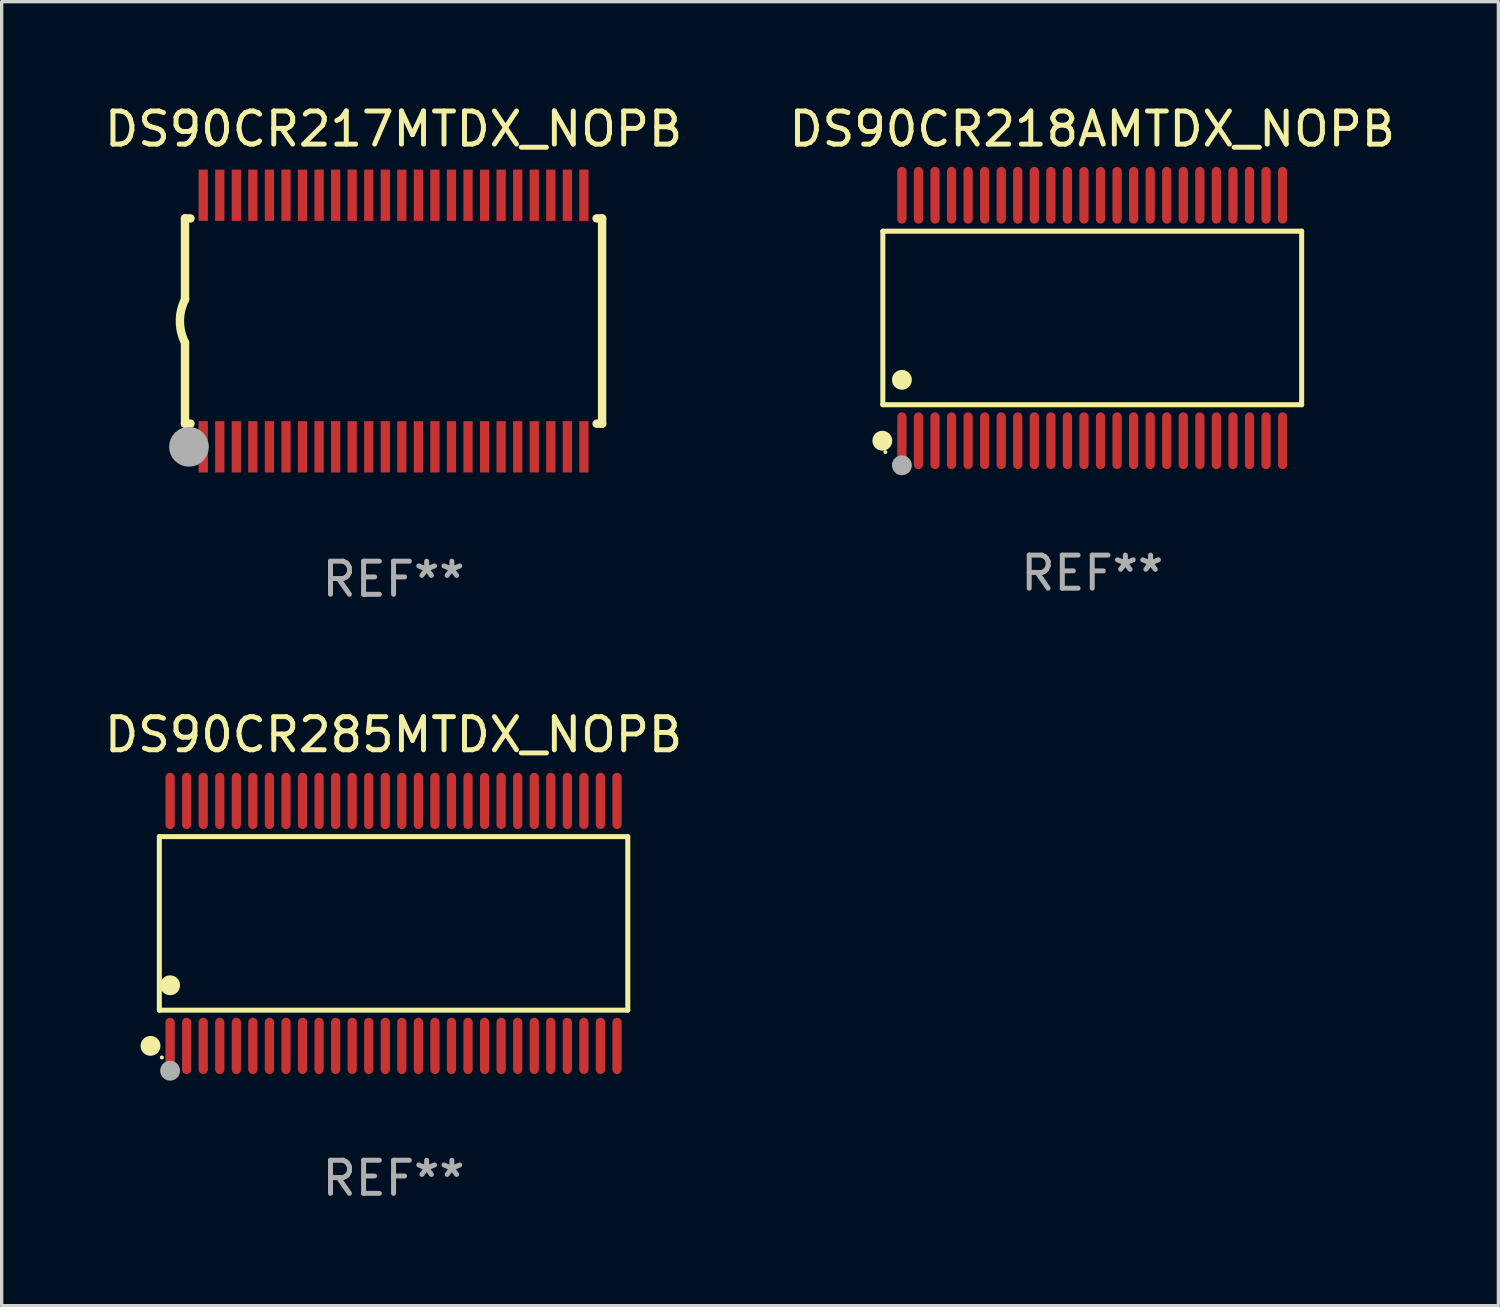
<source format=kicad_pcb>
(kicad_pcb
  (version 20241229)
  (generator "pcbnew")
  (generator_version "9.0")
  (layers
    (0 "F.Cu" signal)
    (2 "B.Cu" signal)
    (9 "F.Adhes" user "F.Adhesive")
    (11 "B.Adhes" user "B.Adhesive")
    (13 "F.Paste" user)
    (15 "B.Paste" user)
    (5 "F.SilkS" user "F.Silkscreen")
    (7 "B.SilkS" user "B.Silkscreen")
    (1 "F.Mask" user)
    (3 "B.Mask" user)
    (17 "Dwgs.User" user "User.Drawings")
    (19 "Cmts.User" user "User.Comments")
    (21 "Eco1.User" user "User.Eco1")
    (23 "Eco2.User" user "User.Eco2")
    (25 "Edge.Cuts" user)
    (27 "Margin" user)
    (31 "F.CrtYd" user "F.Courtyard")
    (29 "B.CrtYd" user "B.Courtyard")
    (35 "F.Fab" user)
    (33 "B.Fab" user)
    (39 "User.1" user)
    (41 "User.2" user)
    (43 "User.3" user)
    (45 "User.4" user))
  (footprint "DS90CR218AMTDX_NOPB"
    (layer "F.Cu")
    (at 29.946 6.556)
    (property "Reference" "DS90CR218AMTDX_NOPB" (at 0 -5.708 0) (layer "F.SilkS") (effects (font (size 1 1) (thickness 0.15))))
    (attr through_hole)
    (fp_line (start -6.326 -2.622) (end 6.326 -2.622) (stroke (width 0.152) (type solid)) (layer "F.SilkS"))
    (fp_line (start -6.326 2.621) (end -6.326 -2.622) (stroke (width 0.152) (type solid)) (layer "F.SilkS"))
    (fp_line (start 6.326 -2.622) (end 6.326 2.621) (stroke (width 0.152) (type solid)) (layer "F.SilkS"))
    (fp_line (start 6.326 2.621) (end -6.326 2.621) (stroke (width 0.152) (type solid)) (layer "F.SilkS"))
    (fp_circle (center -6.342 3.708) (end -6.192 3.708) (stroke (width 0.3) (type solid)) (fill no) (layer "F.SilkS"))
    (fp_circle (center -6.25 4.05) (end -6.22 4.05) (stroke (width 0.06) (type solid)) (fill no) (layer "F.SilkS"))
    (fp_circle (center -5.75 1.869) (end -5.6 1.869) (stroke (width 0.3) (type solid)) (fill no) (layer "F.SilkS"))
    (fp_circle (center -5.75 4.45) (end -5.6 4.45) (stroke (width 0.3) (type solid)) (fill no) (layer "F.Fab"))
    (fp_text user "REF**" (at 0 7.708 0) (layer "F.Fab") (effects (font (size 1 1) (thickness 0.15))))
    (pad "1" smd oval (at -5.75 3.708) (size 0.28 1.715) (layers "F.Cu" "F.Mask" "F.Paste"))
    (pad "2" smd oval (at -5.25 3.708) (size 0.28 1.715) (layers "F.Cu" "F.Mask" "F.Paste"))
    (pad "3" smd oval (at -4.75 3.708) (size 0.28 1.715) (layers "F.Cu" "F.Mask" "F.Paste"))
    (pad "4" smd oval (at -4.25 3.708) (size 0.28 1.715) (layers "F.Cu" "F.Mask" "F.Paste"))
    (pad "5" smd oval (at -3.75 3.708) (size 0.28 1.715) (layers "F.Cu" "F.Mask" "F.Paste"))
    (pad "6" smd oval (at -3.25 3.708) (size 0.28 1.715) (layers "F.Cu" "F.Mask" "F.Paste"))
    (pad "7" smd oval (at -2.75 3.708) (size 0.28 1.715) (layers "F.Cu" "F.Mask" "F.Paste"))
    (pad "8" smd oval (at -2.25 3.708) (size 0.28 1.715) (layers "F.Cu" "F.Mask" "F.Paste"))
    (pad "9" smd oval (at -1.75 3.708) (size 0.28 1.715) (layers "F.Cu" "F.Mask" "F.Paste"))
    (pad "10" smd oval (at -1.25 3.708) (size 0.28 1.715) (layers "F.Cu" "F.Mask" "F.Paste"))
    (pad "11" smd oval (at -0.75 3.708) (size 0.28 1.715) (layers "F.Cu" "F.Mask" "F.Paste"))
    (pad "12" smd oval (at -0.25 3.708) (size 0.28 1.715) (layers "F.Cu" "F.Mask" "F.Paste"))
    (pad "13" smd oval (at 0.25 3.708) (size 0.28 1.715) (layers "F.Cu" "F.Mask" "F.Paste"))
    (pad "14" smd oval (at 0.75 3.708) (size 0.28 1.715) (layers "F.Cu" "F.Mask" "F.Paste"))
    (pad "15" smd oval (at 1.25 3.708) (size 0.28 1.715) (layers "F.Cu" "F.Mask" "F.Paste"))
    (pad "16" smd oval (at 1.75 3.708) (size 0.28 1.715) (layers "F.Cu" "F.Mask" "F.Paste"))
    (pad "17" smd oval (at 2.25 3.708) (size 0.28 1.715) (layers "F.Cu" "F.Mask" "F.Paste"))
    (pad "18" smd oval (at 2.75 3.708) (size 0.28 1.715) (layers "F.Cu" "F.Mask" "F.Paste"))
    (pad "19" smd oval (at 3.25 3.708) (size 0.28 1.715) (layers "F.Cu" "F.Mask" "F.Paste"))
    (pad "20" smd oval (at 3.75 3.708) (size 0.28 1.715) (layers "F.Cu" "F.Mask" "F.Paste"))
    (pad "21" smd oval (at 4.25 3.708) (size 0.28 1.715) (layers "F.Cu" "F.Mask" "F.Paste"))
    (pad "22" smd oval (at 4.75 3.708) (size 0.28 1.715) (layers "F.Cu" "F.Mask" "F.Paste"))
    (pad "23" smd oval (at 5.25 3.708) (size 0.28 1.715) (layers "F.Cu" "F.Mask" "F.Paste"))
    (pad "24" smd oval (at 5.75 3.708) (size 0.28 1.715) (layers "F.Cu" "F.Mask" "F.Paste"))
    (pad "25" smd oval (at 5.75 -3.708) (size 0.28 1.715) (layers "F.Cu" "F.Mask" "F.Paste"))
    (pad "26" smd oval (at 5.25 -3.708) (size 0.28 1.715) (layers "F.Cu" "F.Mask" "F.Paste"))
    (pad "27" smd oval (at 4.75 -3.708) (size 0.28 1.715) (layers "F.Cu" "F.Mask" "F.Paste"))
    (pad "28" smd oval (at 4.25 -3.708) (size 0.28 1.715) (layers "F.Cu" "F.Mask" "F.Paste"))
    (pad "29" smd oval (at 3.75 -3.708) (size 0.28 1.715) (layers "F.Cu" "F.Mask" "F.Paste"))
    (pad "30" smd oval (at 3.25 -3.708) (size 0.28 1.715) (layers "F.Cu" "F.Mask" "F.Paste"))
    (pad "31" smd oval (at 2.75 -3.708) (size 0.28 1.715) (layers "F.Cu" "F.Mask" "F.Paste"))
    (pad "32" smd oval (at 2.25 -3.708) (size 0.28 1.715) (layers "F.Cu" "F.Mask" "F.Paste"))
    (pad "33" smd oval (at 1.75 -3.708) (size 0.28 1.715) (layers "F.Cu" "F.Mask" "F.Paste"))
    (pad "34" smd oval (at 1.25 -3.708) (size 0.28 1.715) (layers "F.Cu" "F.Mask" "F.Paste"))
    (pad "35" smd oval (at 0.75 -3.708) (size 0.28 1.715) (layers "F.Cu" "F.Mask" "F.Paste"))
    (pad "36" smd oval (at 0.25 -3.708) (size 0.28 1.715) (layers "F.Cu" "F.Mask" "F.Paste"))
    (pad "37" smd oval (at -0.25 -3.708) (size 0.28 1.715) (layers "F.Cu" "F.Mask" "F.Paste"))
    (pad "38" smd oval (at -0.75 -3.708) (size 0.28 1.715) (layers "F.Cu" "F.Mask" "F.Paste"))
    (pad "39" smd oval (at -1.25 -3.708) (size 0.28 1.715) (layers "F.Cu" "F.Mask" "F.Paste"))
    (pad "40" smd oval (at -1.75 -3.708) (size 0.28 1.715) (layers "F.Cu" "F.Mask" "F.Paste"))
    (pad "41" smd oval (at -2.25 -3.708) (size 0.28 1.715) (layers "F.Cu" "F.Mask" "F.Paste"))
    (pad "42" smd oval (at -2.75 -3.708) (size 0.28 1.715) (layers "F.Cu" "F.Mask" "F.Paste"))
    (pad "43" smd oval (at -3.25 -3.708) (size 0.28 1.715) (layers "F.Cu" "F.Mask" "F.Paste"))
    (pad "44" smd oval (at -3.75 -3.708) (size 0.28 1.715) (layers "F.Cu" "F.Mask" "F.Paste"))
    (pad "45" smd oval (at -4.25 -3.708) (size 0.28 1.715) (layers "F.Cu" "F.Mask" "F.Paste"))
    (pad "46" smd oval (at -4.75 -3.708) (size 0.28 1.715) (layers "F.Cu" "F.Mask" "F.Paste"))
    (pad "47" smd oval (at -5.25 -3.708) (size 0.28 1.715) (layers "F.Cu" "F.Mask" "F.Paste"))
    (pad "48" smd oval (at -5.75 -3.708) (size 0.28 1.715) (layers "F.Cu" "F.Mask" "F.Paste")))
  (footprint "DS90CR217MTDX_NOPB"
    (layer "F.Cu")
    (at 8.839 6.648)
    (property "Reference" "DS90CR217MTDX_NOPB" (at 0 -5.8 0) (layer "F.SilkS") (effects (font (size 1 1) (thickness 0.15))))
    (attr through_hole)
    (fp_line (start -6.3 -3.1) (end -6.3 -0.65) (stroke (width 0.254) (type solid)) (layer "F.SilkS"))
    (fp_line (start -6.3 -3.1) (end -6.134 -3.1) (stroke (width 0.254) (type solid)) (layer "F.SilkS"))
    (fp_line (start -6.3 3.1) (end -6.3 0.65) (stroke (width 0.254) (type solid)) (layer "F.SilkS"))
    (fp_line (start -6.3 3.1) (end -6.134 3.1) (stroke (width 0.254) (type solid)) (layer "F.SilkS"))
    (fp_line (start 6.134 -3.1) (end 6.3 -3.1) (stroke (width 0.254) (type solid)) (layer "F.SilkS"))
    (fp_line (start 6.134 3.1) (end 6.3 3.1) (stroke (width 0.254) (type solid)) (layer "F.SilkS"))
    (fp_line (start 6.3 -3.1) (end 6.3 3.1) (stroke (width 0.254) (type solid)) (layer "F.SilkS"))
    (fp_arc (start -6.301016 0.650114) (mid -6.45413 -0.000082) (end -6.3 -0.650038) (stroke (width 0.254001) (type solid)) (layer "F.SilkS"))
    (fp_circle (center -6.35 3.81) (end -6.223 3.81) (stroke (width 0.254) (type solid)) (fill no) (layer "F.SilkS"))
    (fp_circle (center -6.25 4.05) (end -6.22 4.05) (stroke (width 0.06) (type solid)) (fill no) (layer "F.SilkS"))
    (fp_circle (center -6.18 3.8) (end -5.88 3.8) (stroke (width 0.6) (type solid)) (fill no) (layer "F.Fab"))
    (fp_text user "REF**" (at 0 7.8 0) (layer "F.Fab") (effects (font (size 1 1) (thickness 0.15))))
    (pad "1" smd rect (at -5.75 3.8) (size 0.28 1.55) (layers "F.Cu" "F.Mask" "F.Paste"))
    (pad "2" smd rect (at -5.25 3.8) (size 0.28 1.55) (layers "F.Cu" "F.Mask" "F.Paste"))
    (pad "3" smd rect (at -4.75 3.8) (size 0.28 1.55) (layers "F.Cu" "F.Mask" "F.Paste"))
    (pad "4" smd rect (at -4.25 3.8) (size 0.28 1.55) (layers "F.Cu" "F.Mask" "F.Paste"))
    (pad "5" smd rect (at -3.75 3.8) (size 0.28 1.55) (layers "F.Cu" "F.Mask" "F.Paste"))
    (pad "6" smd rect (at -3.25 3.8) (size 0.28 1.55) (layers "F.Cu" "F.Mask" "F.Paste"))
    (pad "7" smd rect (at -2.75 3.8) (size 0.28 1.55) (layers "F.Cu" "F.Mask" "F.Paste"))
    (pad "8" smd rect (at -2.25 3.8) (size 0.28 1.55) (layers "F.Cu" "F.Mask" "F.Paste"))
    (pad "9" smd rect (at -1.75 3.8) (size 0.28 1.55) (layers "F.Cu" "F.Mask" "F.Paste"))
    (pad "10" smd rect (at -1.25 3.8) (size 0.28 1.55) (layers "F.Cu" "F.Mask" "F.Paste"))
    (pad "11" smd rect (at -0.75 3.8) (size 0.28 1.55) (layers "F.Cu" "F.Mask" "F.Paste"))
    (pad "12" smd rect (at -0.25 3.8) (size 0.28 1.55) (layers "F.Cu" "F.Mask" "F.Paste"))
    (pad "13" smd rect (at 0.25 3.8) (size 0.28 1.55) (layers "F.Cu" "F.Mask" "F.Paste"))
    (pad "14" smd rect (at 0.75 3.8) (size 0.28 1.55) (layers "F.Cu" "F.Mask" "F.Paste"))
    (pad "15" smd rect (at 1.25 3.8) (size 0.28 1.55) (layers "F.Cu" "F.Mask" "F.Paste"))
    (pad "16" smd rect (at 1.75 3.8) (size 0.28 1.55) (layers "F.Cu" "F.Mask" "F.Paste"))
    (pad "17" smd rect (at 2.25 3.8) (size 0.28 1.55) (layers "F.Cu" "F.Mask" "F.Paste"))
    (pad "18" smd rect (at 2.75 3.8) (size 0.28 1.55) (layers "F.Cu" "F.Mask" "F.Paste"))
    (pad "19" smd rect (at 3.25 3.8) (size 0.28 1.55) (layers "F.Cu" "F.Mask" "F.Paste"))
    (pad "20" smd rect (at 3.75 3.8) (size 0.28 1.55) (layers "F.Cu" "F.Mask" "F.Paste"))
    (pad "21" smd rect (at 4.25 3.8) (size 0.28 1.55) (layers "F.Cu" "F.Mask" "F.Paste"))
    (pad "22" smd rect (at 4.75 3.8) (size 0.28 1.55) (layers "F.Cu" "F.Mask" "F.Paste"))
    (pad "23" smd rect (at 5.25 3.8) (size 0.28 1.55) (layers "F.Cu" "F.Mask" "F.Paste"))
    (pad "24" smd rect (at 5.75 3.8) (size 0.28 1.55) (layers "F.Cu" "F.Mask" "F.Paste"))
    (pad "25" smd rect (at 5.75 -3.8) (size 0.28 1.55) (layers "F.Cu" "F.Mask" "F.Paste"))
    (pad "26" smd rect (at 5.25 -3.8) (size 0.28 1.55) (layers "F.Cu" "F.Mask" "F.Paste"))
    (pad "27" smd rect (at 4.75 -3.8) (size 0.28 1.55) (layers "F.Cu" "F.Mask" "F.Paste"))
    (pad "28" smd rect (at 4.25 -3.8) (size 0.28 1.55) (layers "F.Cu" "F.Mask" "F.Paste"))
    (pad "29" smd rect (at 3.75 -3.8) (size 0.28 1.55) (layers "F.Cu" "F.Mask" "F.Paste"))
    (pad "30" smd rect (at 3.25 -3.8) (size 0.28 1.55) (layers "F.Cu" "F.Mask" "F.Paste"))
    (pad "31" smd rect (at 2.75 -3.8) (size 0.28 1.55) (layers "F.Cu" "F.Mask" "F.Paste"))
    (pad "32" smd rect (at 2.25 -3.8) (size 0.28 1.55) (layers "F.Cu" "F.Mask" "F.Paste"))
    (pad "33" smd rect (at 1.75 -3.8) (size 0.28 1.55) (layers "F.Cu" "F.Mask" "F.Paste"))
    (pad "34" smd rect (at 1.25 -3.8) (size 0.28 1.55) (layers "F.Cu" "F.Mask" "F.Paste"))
    (pad "35" smd rect (at 0.75 -3.8) (size 0.28 1.55) (layers "F.Cu" "F.Mask" "F.Paste"))
    (pad "36" smd rect (at 0.25 -3.8) (size 0.28 1.55) (layers "F.Cu" "F.Mask" "F.Paste"))
    (pad "37" smd rect (at -0.25 -3.8) (size 0.28 1.55) (layers "F.Cu" "F.Mask" "F.Paste"))
    (pad "38" smd rect (at -0.75 -3.8) (size 0.28 1.55) (layers "F.Cu" "F.Mask" "F.Paste"))
    (pad "39" smd rect (at -1.25 -3.8) (size 0.28 1.55) (layers "F.Cu" "F.Mask" "F.Paste"))
    (pad "40" smd rect (at -1.75 -3.8) (size 0.28 1.55) (layers "F.Cu" "F.Mask" "F.Paste"))
    (pad "41" smd rect (at -2.25 -3.8) (size 0.28 1.55) (layers "F.Cu" "F.Mask" "F.Paste"))
    (pad "42" smd rect (at -2.75 -3.8) (size 0.28 1.55) (layers "F.Cu" "F.Mask" "F.Paste"))
    (pad "43" smd rect (at -3.25 -3.8) (size 0.28 1.55) (layers "F.Cu" "F.Mask" "F.Paste"))
    (pad "44" smd rect (at -3.75 -3.8) (size 0.28 1.55) (layers "F.Cu" "F.Mask" "F.Paste"))
    (pad "45" smd rect (at -4.25 -3.8) (size 0.28 1.55) (layers "F.Cu" "F.Mask" "F.Paste"))
    (pad "46" smd rect (at -4.75 -3.8) (size 0.28 1.55) (layers "F.Cu" "F.Mask" "F.Paste"))
    (pad "47" smd rect (at -5.25 -3.8) (size 0.28 1.55) (layers "F.Cu" "F.Mask" "F.Paste"))
    (pad "48" smd rect (at -5.75 -3.8) (size 0.28 1.55) (layers "F.Cu" "F.Mask" "F.Paste")))
  (footprint "DS90CR285MTDX_NOPB"
    (layer "F.Cu")
    (at 8.839 24.845)
    (property "Reference" "DS90CR285MTDX_NOPB" (at 0 -5.7 0) (layer "F.SilkS") (effects (font (size 1 1) (thickness 0.15))))
    (attr through_hole)
    (fp_line (start -7.076 -2.621) (end 7.076 -2.621) (stroke (width 0.152) (type solid)) (layer "F.SilkS"))
    (fp_line (start -7.076 2.621) (end -7.076 -2.621) (stroke (width 0.152) (type solid)) (layer "F.SilkS"))
    (fp_line (start 7.076 -2.621) (end 7.076 2.621) (stroke (width 0.152) (type solid)) (layer "F.SilkS"))
    (fp_line (start 7.076 2.621) (end -7.076 2.621) (stroke (width 0.152) (type solid)) (layer "F.SilkS"))
    (fp_circle (center -7.342 3.7) (end -7.192 3.7) (stroke (width 0.3) (type solid)) (fill no) (layer "F.SilkS"))
    (fp_circle (center -7 4.05) (end -6.97 4.05) (stroke (width 0.06) (type solid)) (fill no) (layer "F.SilkS"))
    (fp_circle (center -6.75 1.869) (end -6.6 1.869) (stroke (width 0.3) (type solid)) (fill no) (layer "F.SilkS"))
    (fp_circle (center -6.75 4.45) (end -6.6 4.45) (stroke (width 0.3) (type solid)) (fill no) (layer "F.Fab"))
    (fp_text user "REF**" (at 0 7.7 0) (layer "F.Fab") (effects (font (size 1 1) (thickness 0.15))))
    (pad "1" smd oval (at -6.75 3.7) (size 0.28 1.7) (layers "F.Cu" "F.Mask" "F.Paste"))
    (pad "2" smd oval (at -6.25 3.7) (size 0.28 1.7) (layers "F.Cu" "F.Mask" "F.Paste"))
    (pad "3" smd oval (at -5.75 3.7) (size 0.28 1.7) (layers "F.Cu" "F.Mask" "F.Paste"))
    (pad "4" smd oval (at -5.25 3.7) (size 0.28 1.7) (layers "F.Cu" "F.Mask" "F.Paste"))
    (pad "5" smd oval (at -4.75 3.7) (size 0.28 1.7) (layers "F.Cu" "F.Mask" "F.Paste"))
    (pad "6" smd oval (at -4.25 3.7) (size 0.28 1.7) (layers "F.Cu" "F.Mask" "F.Paste"))
    (pad "7" smd oval (at -3.75 3.7) (size 0.28 1.7) (layers "F.Cu" "F.Mask" "F.Paste"))
    (pad "8" smd oval (at -3.25 3.7) (size 0.28 1.7) (layers "F.Cu" "F.Mask" "F.Paste"))
    (pad "9" smd oval (at -2.75 3.7) (size 0.28 1.7) (layers "F.Cu" "F.Mask" "F.Paste"))
    (pad "10" smd oval (at -2.25 3.7) (size 0.28 1.7) (layers "F.Cu" "F.Mask" "F.Paste"))
    (pad "11" smd oval (at -1.75 3.7) (size 0.28 1.7) (layers "F.Cu" "F.Mask" "F.Paste"))
    (pad "12" smd oval (at -1.25 3.7) (size 0.28 1.7) (layers "F.Cu" "F.Mask" "F.Paste"))
    (pad "13" smd oval (at -0.75 3.7) (size 0.28 1.7) (layers "F.Cu" "F.Mask" "F.Paste"))
    (pad "14" smd oval (at -0.25 3.7) (size 0.28 1.7) (layers "F.Cu" "F.Mask" "F.Paste"))
    (pad "15" smd oval (at 0.25 3.7) (size 0.28 1.7) (layers "F.Cu" "F.Mask" "F.Paste"))
    (pad "16" smd oval (at 0.75 3.7) (size 0.28 1.7) (layers "F.Cu" "F.Mask" "F.Paste"))
    (pad "17" smd oval (at 1.25 3.7) (size 0.28 1.7) (layers "F.Cu" "F.Mask" "F.Paste"))
    (pad "18" smd oval (at 1.75 3.7) (size 0.28 1.7) (layers "F.Cu" "F.Mask" "F.Paste"))
    (pad "19" smd oval (at 2.25 3.7) (size 0.28 1.7) (layers "F.Cu" "F.Mask" "F.Paste"))
    (pad "20" smd oval (at 2.75 3.7) (size 0.28 1.7) (layers "F.Cu" "F.Mask" "F.Paste"))
    (pad "21" smd oval (at 3.25 3.7) (size 0.28 1.7) (layers "F.Cu" "F.Mask" "F.Paste"))
    (pad "22" smd oval (at 3.75 3.7) (size 0.28 1.7) (layers "F.Cu" "F.Mask" "F.Paste"))
    (pad "23" smd oval (at 4.25 3.7) (size 0.28 1.7) (layers "F.Cu" "F.Mask" "F.Paste"))
    (pad "24" smd oval (at 4.75 3.7) (size 0.28 1.7) (layers "F.Cu" "F.Mask" "F.Paste"))
    (pad "25" smd oval (at 5.25 3.7) (size 0.28 1.7) (layers "F.Cu" "F.Mask" "F.Paste"))
    (pad "26" smd oval (at 5.75 3.7) (size 0.28 1.7) (layers "F.Cu" "F.Mask" "F.Paste"))
    (pad "27" smd oval (at 6.25 3.7) (size 0.28 1.7) (layers "F.Cu" "F.Mask" "F.Paste"))
    (pad "28" smd oval (at 6.75 3.7) (size 0.28 1.7) (layers "F.Cu" "F.Mask" "F.Paste"))
    (pad "29" smd oval (at 6.75 -3.7) (size 0.28 1.7) (layers "F.Cu" "F.Mask" "F.Paste"))
    (pad "30" smd oval (at 6.25 -3.7) (size 0.28 1.7) (layers "F.Cu" "F.Mask" "F.Paste"))
    (pad "31" smd oval (at 5.75 -3.7) (size 0.28 1.7) (layers "F.Cu" "F.Mask" "F.Paste"))
    (pad "32" smd oval (at 5.25 -3.7) (size 0.28 1.7) (layers "F.Cu" "F.Mask" "F.Paste"))
    (pad "33" smd oval (at 4.75 -3.7) (size 0.28 1.7) (layers "F.Cu" "F.Mask" "F.Paste"))
    (pad "34" smd oval (at 4.25 -3.7) (size 0.28 1.7) (layers "F.Cu" "F.Mask" "F.Paste"))
    (pad "35" smd oval (at 3.75 -3.7) (size 0.28 1.7) (layers "F.Cu" "F.Mask" "F.Paste"))
    (pad "36" smd oval (at 3.25 -3.7) (size 0.28 1.7) (layers "F.Cu" "F.Mask" "F.Paste"))
    (pad "37" smd oval (at 2.75 -3.7) (size 0.28 1.7) (layers "F.Cu" "F.Mask" "F.Paste"))
    (pad "38" smd oval (at 2.25 -3.7) (size 0.28 1.7) (layers "F.Cu" "F.Mask" "F.Paste"))
    (pad "39" smd oval (at 1.75 -3.7) (size 0.28 1.7) (layers "F.Cu" "F.Mask" "F.Paste"))
    (pad "40" smd oval (at 1.25 -3.7) (size 0.28 1.7) (layers "F.Cu" "F.Mask" "F.Paste"))
    (pad "41" smd oval (at 0.75 -3.7) (size 0.28 1.7) (layers "F.Cu" "F.Mask" "F.Paste"))
    (pad "42" smd oval (at 0.25 -3.7) (size 0.28 1.7) (layers "F.Cu" "F.Mask" "F.Paste"))
    (pad "43" smd oval (at -0.25 -3.7) (size 0.28 1.7) (layers "F.Cu" "F.Mask" "F.Paste"))
    (pad "44" smd oval (at -0.75 -3.7) (size 0.28 1.7) (layers "F.Cu" "F.Mask" "F.Paste"))
    (pad "45" smd oval (at -1.25 -3.7) (size 0.28 1.7) (layers "F.Cu" "F.Mask" "F.Paste"))
    (pad "46" smd oval (at -1.75 -3.7) (size 0.28 1.7) (layers "F.Cu" "F.Mask" "F.Paste"))
    (pad "47" smd oval (at -2.25 -3.7) (size 0.28 1.7) (layers "F.Cu" "F.Mask" "F.Paste"))
    (pad "48" smd oval (at -2.75 -3.7) (size 0.28 1.7) (layers "F.Cu" "F.Mask" "F.Paste"))
    (pad "49" smd oval (at -3.25 -3.7) (size 0.28 1.7) (layers "F.Cu" "F.Mask" "F.Paste"))
    (pad "50" smd oval (at -3.75 -3.7) (size 0.28 1.7) (layers "F.Cu" "F.Mask" "F.Paste"))
    (pad "51" smd oval (at -4.25 -3.7) (size 0.28 1.7) (layers "F.Cu" "F.Mask" "F.Paste"))
    (pad "52" smd oval (at -4.75 -3.7) (size 0.28 1.7) (layers "F.Cu" "F.Mask" "F.Paste"))
    (pad "53" smd oval (at -5.25 -3.7) (size 0.28 1.7) (layers "F.Cu" "F.Mask" "F.Paste"))
    (pad "54" smd oval (at -5.75 -3.7) (size 0.28 1.7) (layers "F.Cu" "F.Mask" "F.Paste"))
    (pad "55" smd oval (at -6.25 -3.7) (size 0.28 1.7) (layers "F.Cu" "F.Mask" "F.Paste"))
    (pad "56" smd oval (at -6.75 -3.7) (size 0.28 1.7) (layers "F.Cu" "F.Mask" "F.Paste")))
  (gr_rect
    (start -3 -3)
    (end 42.214 36.393)
    (stroke (width 0.1) (type default))
    (fill no)
    (layer "Edge.Cuts")))
</source>
